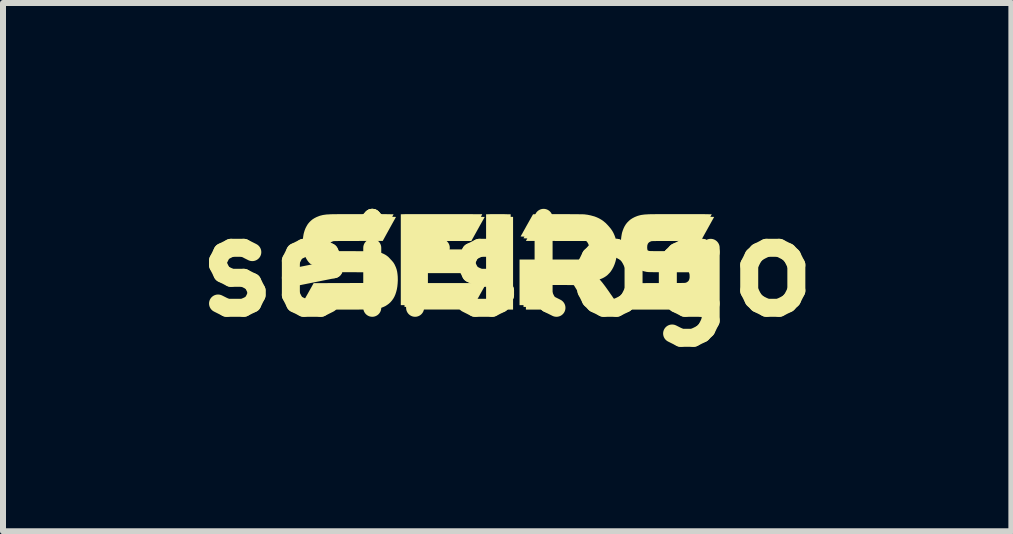
<source format=kicad_pcb>
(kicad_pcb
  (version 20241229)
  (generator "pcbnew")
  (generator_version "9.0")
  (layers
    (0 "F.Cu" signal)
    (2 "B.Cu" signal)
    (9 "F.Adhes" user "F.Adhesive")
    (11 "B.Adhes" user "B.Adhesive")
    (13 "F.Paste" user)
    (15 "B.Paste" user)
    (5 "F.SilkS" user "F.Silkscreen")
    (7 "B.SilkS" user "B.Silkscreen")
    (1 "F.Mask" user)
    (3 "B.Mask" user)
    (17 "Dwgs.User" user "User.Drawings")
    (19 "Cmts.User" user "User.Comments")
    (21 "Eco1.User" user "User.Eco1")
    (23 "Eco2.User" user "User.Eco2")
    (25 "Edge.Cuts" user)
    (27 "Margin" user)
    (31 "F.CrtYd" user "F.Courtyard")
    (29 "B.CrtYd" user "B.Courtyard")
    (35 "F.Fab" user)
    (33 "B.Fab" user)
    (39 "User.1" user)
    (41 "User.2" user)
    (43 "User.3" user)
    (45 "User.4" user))
  (footprint "seirslogo"
    (layer "F.Cu")
    (at 5.407 1.404)
    (property "Reference" "seirslogo" (at 0 0 0) (layer "F.SilkS") (effects (font (size 1.5 1.5) (thickness 0.3))))
    (attr board_only exclude_from_pos_files exclude_from_bom)
    (fp_poly (pts (xy -0.139 -0.884) (xy -0.107 -0.883) (xy -0.074 -0.883) (xy -0.042 -0.883) (xy -0.018 -0.882) (xy 0.058 -0.881) (xy 0.058 -0.859) (xy 0.058 -0.838) (xy 0.078 -0.838) (xy 0.098 -0.838) (xy 0.098 -0.065) (xy 0.098 0.708) (xy -0.075 0.708) (xy -0.248 0.708) (xy -0.248 0.686) (xy -0.248 0.664) (xy -0.268 0.664) (xy -0.288 0.664) (xy -0.288 0.649) (xy -0.288 0.634) (xy -0.32 0.634) (xy -0.352 0.634) (xy -0.352 -0.124) (xy -0.352 -0.881) (xy -0.304 -0.882) (xy -0.283 -0.883) (xy -0.258 -0.883) (xy -0.231 -0.884) (xy -0.202 -0.884) (xy -0.171 -0.884)) (stroke (width 0) (type solid)) (fill yes) (layer "F.SilkS"))
    (fp_poly (pts (xy -1.305 -0.884) (xy -1.263 -0.884) (xy -1.22 -0.884) (xy -1.177 -0.884) (xy -1.133 -0.884) (xy -1.089 -0.884) (xy -1.045 -0.883) (xy -1.001 -0.883) (xy -0.957 -0.883) (xy -0.914 -0.883) (xy -0.871 -0.883) (xy -0.829 -0.883) (xy -0.788 -0.883) (xy -0.749 -0.883) (xy -0.71 -0.883) (xy -0.673 -0.883) (xy -0.638 -0.883) (xy -0.605 -0.883) (xy -0.574 -0.883) (xy -0.545 -0.882) (xy -0.519 -0.882) (xy -0.495 -0.882) (xy -0.474 -0.882) (xy -0.456 -0.882) (xy -0.441 -0.882) (xy -0.43 -0.882) (xy -0.422 -0.882) (xy -0.417 -0.881) (xy -0.417 -0.881) (xy -0.417 -0.879) (xy -0.419 -0.874) (xy -0.423 -0.867) (xy -0.427 -0.86) (xy -0.431 -0.852) (xy -0.435 -0.845) (xy -0.437 -0.841) (xy -0.438 -0.839) (xy -0.436 -0.839) (xy -0.431 -0.838) (xy -0.423 -0.838) (xy -0.413 -0.838) (xy -0.406 -0.837) (xy -0.374 -0.837) (xy -0.384 -0.82) (xy -0.386 -0.816) (xy -0.39 -0.808) (xy -0.396 -0.798) (xy -0.403 -0.785) (xy -0.412 -0.77) (xy -0.422 -0.752) (xy -0.433 -0.732) (xy -0.445 -0.711) (xy -0.458 -0.688) (xy -0.471 -0.664) (xy -0.485 -0.639) (xy -0.496 -0.619) (xy -0.598 -0.436) (xy -0.96 -0.436) (xy -1.322 -0.436) (xy -1.322 -0.366) (xy -1.322 -0.296) (xy -0.9 -0.296) (xy -0.853 -0.296) (xy -0.808 -0.296) (xy -0.765 -0.296) (xy -0.725 -0.296) (xy -0.688 -0.296) (xy -0.653 -0.296) (xy -0.621 -0.296) (xy -0.592 -0.295) (xy -0.565 -0.295) (xy -0.542 -0.295) (xy -0.523 -0.295) (xy -0.506 -0.295) (xy -0.494 -0.295) (xy -0.485 -0.294) (xy -0.479 -0.294) (xy -0.478 -0.294) (xy -0.479 -0.292) (xy -0.481 -0.287) (xy -0.485 -0.28) (xy -0.489 -0.273) (xy -0.493 -0.265) (xy -0.497 -0.259) (xy -0.499 -0.254) (xy -0.5 -0.253) (xy -0.498 -0.252) (xy -0.493 -0.252) (xy -0.485 -0.252) (xy -0.475 -0.252) (xy -0.468 -0.251) (xy -0.436 -0.251) (xy -0.536 -0.076) (xy -0.635 0.1) (xy -0.978 0.1) (xy -1.322 0.1) (xy -1.322 0.183) (xy -1.322 0.266) (xy -0.867 0.266) (xy -0.824 0.266) (xy -0.783 0.266) (xy -0.743 0.266) (xy -0.704 0.266) (xy -0.667 0.266) (xy -0.632 0.266) (xy -0.599 0.266) (xy -0.568 0.266) (xy -0.539 0.266) (xy -0.513 0.266) (xy -0.489 0.266) (xy -0.468 0.266) (xy -0.45 0.267) (xy -0.435 0.267) (xy -0.424 0.267) (xy -0.416 0.267) (xy -0.412 0.267) (xy -0.412 0.267) (xy -0.413 0.269) (xy -0.415 0.274) (xy -0.419 0.281) (xy -0.423 0.288) (xy -0.427 0.296) (xy -0.431 0.302) (xy -0.433 0.307) (xy -0.434 0.309) (xy -0.432 0.309) (xy -0.427 0.309) (xy -0.419 0.31) (xy -0.409 0.31) (xy -0.403 0.31) (xy -0.391 0.31) (xy -0.383 0.31) (xy -0.377 0.31) (xy -0.374 0.311) (xy -0.373 0.312) (xy -0.373 0.313) (xy -0.373 0.313) (xy -0.374 0.316) (xy -0.377 0.322) (xy -0.382 0.33) (xy -0.387 0.339) (xy -0.393 0.35) (xy -0.394 0.352) (xy -0.398 0.359) (xy -0.404 0.369) (xy -0.411 0.382) (xy -0.42 0.398) (xy -0.43 0.415) (xy -0.441 0.435) (xy -0.453 0.456) (xy -0.465 0.479) (xy -0.478 0.502) (xy -0.492 0.526) (xy -0.503 0.547) (xy -0.593 0.707) (xy -1.131 0.707) (xy -1.67 0.708) (xy -1.67 0.686) (xy -1.67 0.664) (xy -1.691 0.664) (xy -1.712 0.664) (xy -1.712 0.649) (xy -1.712 0.634) (xy -1.743 0.634) (xy -1.774 0.634) (xy -1.774 -0.124) (xy -1.774 -0.881) (xy -1.709 -0.883) (xy -1.701 -0.883) (xy -1.69 -0.883) (xy -1.676 -0.883) (xy -1.658 -0.883) (xy -1.637 -0.883) (xy -1.614 -0.883) (xy -1.588 -0.883) (xy -1.559 -0.883) (xy -1.528 -0.884) (xy -1.495 -0.884) (xy -1.46 -0.884) (xy -1.423 -0.884) (xy -1.385 -0.884) (xy -1.345 -0.884)) (stroke (width 0) (type solid)) (fill yes) (layer "F.SilkS"))
    (fp_poly (pts (xy 0.734 -0.884) (xy 0.767 -0.884) (xy 0.801 -0.884) (xy 0.836 -0.883) (xy 0.872 -0.883) (xy 0.907 -0.883) (xy 0.942 -0.883) (xy 0.977 -0.883) (xy 1.011 -0.883) (xy 1.045 -0.883) (xy 1.077 -0.882) (xy 1.107 -0.882) (xy 1.137 -0.882) (xy 1.164 -0.882) (xy 1.189 -0.882) (xy 1.212 -0.881) (xy 1.232 -0.881) (xy 1.249 -0.881) (xy 1.264 -0.881) (xy 1.275 -0.88) (xy 1.282 -0.88) (xy 1.285 -0.88) (xy 1.34 -0.873) (xy 1.393 -0.862) (xy 1.444 -0.848) (xy 1.45 -0.847) (xy 1.492 -0.831) (xy 1.531 -0.813) (xy 1.568 -0.792) (xy 1.603 -0.768) (xy 1.634 -0.742) (xy 1.645 -0.733) (xy 1.654 -0.723) (xy 1.665 -0.712) (xy 1.677 -0.699) (xy 1.689 -0.686) (xy 1.701 -0.672) (xy 1.712 -0.659) (xy 1.721 -0.648) (xy 1.729 -0.639) (xy 1.729 -0.638) (xy 1.752 -0.605) (xy 1.772 -0.569) (xy 1.789 -0.531) (xy 1.804 -0.49) (xy 1.815 -0.446) (xy 1.824 -0.4) (xy 1.827 -0.378) (xy 1.828 -0.36) (xy 1.83 -0.339) (xy 1.831 -0.317) (xy 1.831 -0.294) (xy 1.831 -0.271) (xy 1.831 -0.251) (xy 1.83 -0.233) (xy 1.83 -0.232) (xy 1.824 -0.181) (xy 1.816 -0.133) (xy 1.804 -0.087) (xy 1.789 -0.043) (xy 1.772 -0.003) (xy 1.751 0.036) (xy 1.728 0.071) (xy 1.722 0.079) (xy 1.714 0.089) (xy 1.704 0.1) (xy 1.692 0.112) (xy 1.681 0.123) (xy 1.67 0.134) (xy 1.663 0.14) (xy 1.638 0.158) (xy 1.612 0.174) (xy 1.584 0.188) (xy 1.556 0.199) (xy 1.556 0.199) (xy 1.54 0.204) (xy 1.551 0.216) (xy 1.561 0.228) (xy 1.572 0.241) (xy 1.584 0.255) (xy 1.597 0.272) (xy 1.611 0.29) (xy 1.626 0.31) (xy 1.643 0.333) (xy 1.661 0.358) (xy 1.681 0.386) (xy 1.702 0.416) (xy 1.725 0.45) (xy 1.751 0.486) (xy 1.756 0.495) (xy 1.776 0.524) (xy 1.795 0.552) (xy 1.813 0.578) (xy 1.829 0.601) (xy 1.844 0.623) (xy 1.858 0.643) (xy 1.869 0.66) (xy 1.879 0.675) (xy 1.888 0.687) (xy 1.894 0.696) (xy 1.898 0.702) (xy 1.9 0.705) (xy 1.9 0.705) (xy 1.9 0.706) (xy 1.898 0.706) (xy 1.894 0.706) (xy 1.888 0.707) (xy 1.88 0.707) (xy 1.87 0.707) (xy 1.858 0.707) (xy 1.843 0.707) (xy 1.825 0.708) (xy 1.803 0.708) (xy 1.779 0.708) (xy 1.752 0.708) (xy 1.72 0.708) (xy 1.685 0.708) (xy 1.67 0.708) (xy 1.439 0.708) (xy 1.426 0.686) (xy 1.42 0.677) (xy 1.416 0.671) (xy 1.413 0.667) (xy 1.41 0.665) (xy 1.408 0.664) (xy 1.405 0.664) (xy 1.401 0.663) (xy 1.398 0.661) (xy 1.395 0.658) (xy 1.391 0.652) (xy 1.389 0.649) (xy 1.38 0.635) (xy 1.347 0.634) (xy 1.314 0.633) (xy 1.213 0.467) (xy 1.112 0.301) (xy 1.1 0.3) (xy 1.097 0.299) (xy 1.089 0.299) (xy 1.079 0.299) (xy 1.065 0.299) (xy 1.048 0.299) (xy 1.029 0.299) (xy 1.007 0.299) (xy 0.983 0.298) (xy 0.958 0.298) (xy 0.931 0.298) (xy 0.902 0.298) (xy 0.873 0.298) (xy 0.658 0.298) (xy 0.658 0.503) (xy 0.658 0.708) (xy 0.485 0.708) (xy 0.312 0.708) (xy 0.312 0.686) (xy 0.312 0.664) (xy 0.292 0.664) (xy 0.272 0.664) (xy 0.272 0.649) (xy 0.272 0.634) (xy 0.239 0.634) (xy 0.206 0.634) (xy 0.206 0.254) (xy 0.206 -0.126) (xy 0.71 -0.126) (xy 1.215 -0.127) (xy 1.231 -0.132) (xy 1.253 -0.138) (xy 1.272 -0.146) (xy 1.289 -0.155) (xy 1.304 -0.166) (xy 1.319 -0.179) (xy 1.322 -0.182) (xy 1.33 -0.19) (xy 1.336 -0.197) (xy 1.341 -0.204) (xy 1.345 -0.211) (xy 1.35 -0.219) (xy 1.351 -0.222) (xy 1.358 -0.238) (xy 1.363 -0.251) (xy 1.366 -0.265) (xy 1.368 -0.28) (xy 1.369 -0.292) (xy 1.369 -0.318) (xy 1.366 -0.344) (xy 1.36 -0.367) (xy 1.351 -0.389) (xy 1.34 -0.409) (xy 1.329 -0.423) (xy 1.318 -0.435) (xy 0.815 -0.436) (xy 0.312 -0.437) (xy 0.324 -0.458) (xy 0.336 -0.479) (xy 0.304 -0.479) (xy 0.293 -0.48) (xy 0.284 -0.48) (xy 0.277 -0.48) (xy 0.273 -0.481) (xy 0.272 -0.481) (xy 0.273 -0.483) (xy 0.275 -0.487) (xy 0.279 -0.494) (xy 0.28 -0.495) (xy 0.288 -0.509) (xy 0.256 -0.509) (xy 0.242 -0.51) (xy 0.233 -0.51) (xy 0.227 -0.511) (xy 0.224 -0.512) (xy 0.224 -0.512) (xy 0.225 -0.514) (xy 0.228 -0.519) (xy 0.233 -0.528) (xy 0.239 -0.539) (xy 0.247 -0.552) (xy 0.256 -0.568) (xy 0.266 -0.587) (xy 0.277 -0.606) (xy 0.289 -0.628) (xy 0.302 -0.651) (xy 0.315 -0.675) (xy 0.328 -0.698) (xy 0.431 -0.881) (xy 0.499 -0.883) (xy 0.511 -0.883) (xy 0.525 -0.883) (xy 0.543 -0.883) (xy 0.564 -0.883) (xy 0.587 -0.883) (xy 0.613 -0.884) (xy 0.641 -0.884) (xy 0.67 -0.884) (xy 0.701 -0.884)) (stroke (width 0) (type solid)) (fill yes) (layer "F.SilkS"))
    (fp_poly (pts (xy -2.371 -0.883) (xy -2.331 -0.883) (xy -2.292 -0.883) (xy -2.254 -0.883) (xy -2.216 -0.883) (xy -2.181 -0.883) (xy -2.147 -0.883) (xy -2.114 -0.883) (xy -2.084 -0.883) (xy -2.057 -0.883) (xy -2.031 -0.883) (xy -2.009 -0.883) (xy -1.99 -0.882) (xy -1.974 -0.882) (xy -1.962 -0.882) (xy -1.96 -0.882) (xy -1.894 -0.881) (xy -1.906 -0.86) (xy -1.917 -0.839) (xy -1.886 -0.838) (xy -1.854 -0.837) (xy -1.965 -0.637) (xy -2.075 -0.437) (xy -2.483 -0.436) (xy -2.53 -0.436) (xy -2.574 -0.436) (xy -2.614 -0.436) (xy -2.651 -0.435) (xy -2.684 -0.435) (xy -2.714 -0.435) (xy -2.742 -0.435) (xy -2.766 -0.435) (xy -2.787 -0.435) (xy -2.807 -0.435) (xy -2.823 -0.435) (xy -2.838 -0.434) (xy -2.85 -0.434) (xy -2.861 -0.434) (xy -2.87 -0.434) (xy -2.878 -0.434) (xy -2.884 -0.433) (xy -2.889 -0.433) (xy -2.893 -0.433) (xy -2.896 -0.433) (xy -2.899 -0.432) (xy -2.901 -0.432) (xy -2.902 -0.431) (xy -2.902 -0.431) (xy -2.921 -0.424) (xy -2.936 -0.415) (xy -2.949 -0.404) (xy -2.958 -0.391) (xy -2.965 -0.374) (xy -2.968 -0.366) (xy -2.969 -0.356) (xy -2.97 -0.343) (xy -2.97 -0.33) (xy -2.97 -0.316) (xy -2.969 -0.303) (xy -2.967 -0.293) (xy -2.966 -0.291) (xy -2.965 -0.286) (xy -2.964 -0.282) (xy -2.962 -0.28) (xy -2.96 -0.278) (xy -2.955 -0.276) (xy -2.948 -0.273) (xy -2.939 -0.27) (xy -2.936 -0.27) (xy -2.934 -0.269) (xy -2.931 -0.269) (xy -2.926 -0.269) (xy -2.919 -0.268) (xy -2.91 -0.268) (xy -2.899 -0.268) (xy -2.886 -0.268) (xy -2.87 -0.267) (xy -2.851 -0.267) (xy -2.83 -0.267) (xy -2.806 -0.267) (xy -2.779 -0.267) (xy -2.749 -0.267) (xy -2.715 -0.266) (xy -2.678 -0.266) (xy -2.637 -0.266) (xy -2.592 -0.266) (xy -2.575 -0.266) (xy -2.528 -0.266) (xy -2.484 -0.265) (xy -2.443 -0.265) (xy -2.407 -0.265) (xy -2.374 -0.265) (xy -2.344 -0.265) (xy -2.318 -0.265) (xy -2.294 -0.264) (xy -2.274 -0.264) (xy -2.256 -0.264) (xy -2.241 -0.264) (xy -2.229 -0.263) (xy -2.22 -0.263) (xy -2.212 -0.263) (xy -2.207 -0.262) (xy -2.204 -0.262) (xy -2.189 -0.26) (xy -2.171 -0.256) (xy -2.152 -0.252) (xy -2.134 -0.247) (xy -2.116 -0.243) (xy -2.102 -0.238) (xy -2.1 -0.238) (xy -2.067 -0.224) (xy -2.035 -0.208) (xy -2.006 -0.189) (xy -1.98 -0.168) (xy -1.96 -0.147) (xy -1.954 -0.141) (xy -1.947 -0.133) (xy -1.939 -0.124) (xy -1.93 -0.115) (xy -1.93 -0.115) (xy -1.916 -0.099) (xy -1.905 -0.086) (xy -1.895 -0.073) (xy -1.887 -0.06) (xy -1.878 -0.045) (xy -1.871 -0.03) (xy -1.856 0.003) (xy -1.844 0.038) (xy -1.835 0.075) (xy -1.829 0.116) (xy -1.825 0.159) (xy -1.824 0.205) (xy -1.824 0.226) (xy -1.827 0.278) (xy -1.832 0.326) (xy -1.84 0.372) (xy -1.851 0.414) (xy -1.864 0.454) (xy -1.88 0.491) (xy -1.899 0.525) (xy -1.921 0.556) (xy -1.945 0.584) (xy -1.972 0.609) (xy -2.002 0.631) (xy -2.034 0.651) (xy -2.07 0.667) (xy -2.108 0.681) (xy -2.149 0.692) (xy -2.192 0.7) (xy -2.239 0.705) (xy -2.244 0.706) (xy -2.25 0.706) (xy -2.259 0.706) (xy -2.273 0.706) (xy -2.29 0.707) (xy -2.311 0.707) (xy -2.336 0.707) (xy -2.365 0.707) (xy -2.398 0.707) (xy -2.434 0.707) (xy -2.475 0.708) (xy -2.519 0.708) (xy -2.567 0.708) (xy -2.618 0.708) (xy -2.673 0.708) (xy -2.732 0.708) (xy -2.795 0.708) (xy -2.809 0.708) (xy -3.346 0.708) (xy -3.341 0.699) (xy -3.337 0.693) (xy -3.333 0.685) (xy -3.328 0.677) (xy -3.321 0.664) (xy -3.353 0.664) (xy -3.364 0.664) (xy -3.373 0.664) (xy -3.38 0.663) (xy -3.384 0.663) (xy -3.385 0.663) (xy -3.384 0.661) (xy -3.382 0.656) (xy -3.378 0.65) (xy -3.377 0.649) (xy -3.37 0.635) (xy -3.4 0.634) (xy -3.411 0.634) (xy -3.42 0.634) (xy -3.427 0.633) (xy -3.431 0.633) (xy -3.431 0.632) (xy -3.43 0.63) (xy -3.427 0.625) (xy -3.423 0.617) (xy -3.417 0.606) (xy -3.409 0.593) (xy -3.401 0.577) (xy -3.391 0.559) (xy -3.379 0.539) (xy -3.367 0.517) (xy -3.355 0.494) (xy -3.341 0.47) (xy -3.329 0.449) (xy -3.227 0.267) (xy -2.785 0.266) (xy -2.735 0.266) (xy -2.689 0.266) (xy -2.647 0.266) (xy -2.609 0.265) (xy -2.573 0.265) (xy -2.541 0.265) (xy -2.512 0.265) (xy -2.486 0.265) (xy -2.463 0.265) (xy -2.442 0.265) (xy -2.424 0.265) (xy -2.407 0.265) (xy -2.393 0.264) (xy -2.381 0.264) (xy -2.371 0.264) (xy -2.362 0.264) (xy -2.355 0.264) (xy -2.349 0.263) (xy -2.344 0.263) (xy -2.34 0.263) (xy -2.337 0.262) (xy -2.335 0.262) (xy -2.333 0.262) (xy -2.331 0.261) (xy -2.331 0.261) (xy -2.312 0.254) (xy -2.296 0.244) (xy -2.284 0.232) (xy -2.274 0.217) (xy -2.267 0.199) (xy -2.265 0.191) (xy -2.264 0.182) (xy -2.263 0.171) (xy -2.263 0.158) (xy -2.263 0.145) (xy -2.263 0.133) (xy -2.264 0.122) (xy -2.265 0.116) (xy -2.268 0.108) (xy -2.271 0.099) (xy -2.272 0.096) (xy -2.276 0.086) (xy -2.609 0.085) (xy -2.652 0.085) (xy -2.692 0.085) (xy -2.728 0.085) (xy -2.761 0.085) (xy -2.79 0.085) (xy -2.816 0.085) (xy -2.84 0.085) (xy -2.861 0.085) (xy -2.879 0.084) (xy -2.896 0.084) (xy -2.91 0.084) (xy -2.923 0.084) (xy -2.934 0.083) (xy -2.943 0.083) (xy -2.952 0.082) (xy -2.959 0.082) (xy -2.966 0.081) (xy -2.972 0.08) (xy -2.977 0.08) (xy -2.983 0.079) (xy -2.988 0.078) (xy -2.994 0.076) (xy -3 0.075) (xy -3.005 0.074) (xy -3.034 0.067) (xy -3.063 0.057) (xy -3.092 0.045) (xy -3.119 0.031) (xy -3.144 0.017) (xy -3.155 0.009) (xy -3.165 0.001) (xy -3.173 -0.004) (xy -3.181 -0.008) (xy -3.189 -0.011) (xy -3.197 -0.014) (xy -3.211 -0.019) (xy -3.226 -0.025) (xy -3.241 -0.032) (xy -3.255 -0.04) (xy -3.268 -0.047) (xy -3.279 -0.053) (xy -3.281 -0.055) (xy -3.294 -0.066) (xy -3.309 -0.082) (xy -3.323 -0.099) (xy -3.337 -0.12) (xy -3.35 -0.141) (xy -3.362 -0.164) (xy -3.372 -0.187) (xy -3.376 -0.197) (xy -3.387 -0.231) (xy -3.396 -0.268) (xy -3.403 -0.307) (xy -3.407 -0.347) (xy -3.409 -0.389) (xy -3.409 -0.43) (xy -3.406 -0.472) (xy -3.401 -0.513) (xy -3.394 -0.553) (xy -3.389 -0.573) (xy -3.377 -0.613) (xy -3.362 -0.651) (xy -3.344 -0.685) (xy -3.324 -0.718) (xy -3.3 -0.747) (xy -3.274 -0.773) (xy -3.245 -0.797) (xy -3.213 -0.817) (xy -3.178 -0.835) (xy -3.14 -0.85) (xy -3.133 -0.853) (xy -3.113 -0.859) (xy -3.093 -0.864) (xy -3.073 -0.869) (xy -3.053 -0.872) (xy -3.031 -0.875) (xy -3.007 -0.878) (xy -2.98 -0.879) (xy -2.951 -0.881) (xy -2.919 -0.882) (xy -2.91 -0.882) (xy -2.896 -0.882) (xy -2.879 -0.882) (xy -2.859 -0.882) (xy -2.836 -0.883) (xy -2.81 -0.883) (xy -2.781 -0.883) (xy -2.751 -0.883) (xy -2.718 -0.883) (xy -2.683 -0.883) (xy -2.647 -0.883) (xy -2.609 -0.883) (xy -2.571 -0.883) (xy -2.532 -0.883) (xy -2.492 -0.883) (xy -2.451 -0.883) (xy -2.411 -0.883)) (stroke (width 0) (type solid)) (fill yes) (layer "F.SilkS"))
    (fp_poly (pts (xy 2.934 -0.883) (xy 2.974 -0.883) (xy 3.013 -0.883) (xy 3.051 -0.883) (xy 3.088 -0.883) (xy 3.124 -0.883) (xy 3.158 -0.883) (xy 3.19 -0.883) (xy 3.22 -0.883) (xy 3.248 -0.883) (xy 3.273 -0.883) (xy 3.296 -0.883) (xy 3.315 -0.882) (xy 3.331 -0.882) (xy 3.343 -0.882) (xy 3.344 -0.882) (xy 3.411 -0.881) (xy 3.399 -0.86) (xy 3.387 -0.839) (xy 3.419 -0.838) (xy 3.451 -0.837) (xy 3.34 -0.637) (xy 3.229 -0.437) (xy 2.822 -0.436) (xy 2.774 -0.436) (xy 2.73 -0.436) (xy 2.69 -0.436) (xy 2.654 -0.435) (xy 2.62 -0.435) (xy 2.59 -0.435) (xy 2.563 -0.435) (xy 2.539 -0.435) (xy 2.517 -0.435) (xy 2.498 -0.435) (xy 2.481 -0.435) (xy 2.467 -0.434) (xy 2.454 -0.434) (xy 2.444 -0.434) (xy 2.435 -0.434) (xy 2.427 -0.434) (xy 2.421 -0.433) (xy 2.416 -0.433) (xy 2.412 -0.433) (xy 2.409 -0.433) (xy 2.406 -0.432) (xy 2.404 -0.432) (xy 2.403 -0.431) (xy 2.402 -0.431) (xy 2.384 -0.424) (xy 2.368 -0.415) (xy 2.356 -0.404) (xy 2.346 -0.391) (xy 2.34 -0.374) (xy 2.337 -0.366) (xy 2.336 -0.356) (xy 2.335 -0.343) (xy 2.334 -0.33) (xy 2.335 -0.316) (xy 2.336 -0.303) (xy 2.338 -0.293) (xy 2.338 -0.291) (xy 2.34 -0.286) (xy 2.341 -0.282) (xy 2.342 -0.28) (xy 2.345 -0.278) (xy 2.35 -0.276) (xy 2.356 -0.273) (xy 2.366 -0.27) (xy 2.368 -0.27) (xy 2.37 -0.269) (xy 2.374 -0.269) (xy 2.379 -0.269) (xy 2.386 -0.268) (xy 2.395 -0.268) (xy 2.406 -0.268) (xy 2.419 -0.268) (xy 2.435 -0.267) (xy 2.453 -0.267) (xy 2.474 -0.267) (xy 2.499 -0.267) (xy 2.526 -0.267) (xy 2.556 -0.267) (xy 2.59 -0.266) (xy 2.627 -0.266) (xy 2.668 -0.266) (xy 2.712 -0.266) (xy 2.729 -0.266) (xy 2.777 -0.266) (xy 2.821 -0.265) (xy 2.861 -0.265) (xy 2.898 -0.265) (xy 2.931 -0.265) (xy 2.961 -0.265) (xy 2.987 -0.265) (xy 3.011 -0.264) (xy 3.031 -0.264) (xy 3.048 -0.264) (xy 3.063 -0.264) (xy 3.075 -0.263) (xy 3.085 -0.263) (xy 3.093 -0.263) (xy 3.098 -0.262) (xy 3.1 -0.262) (xy 3.116 -0.26) (xy 3.134 -0.256) (xy 3.153 -0.252) (xy 3.171 -0.247) (xy 3.188 -0.243) (xy 3.203 -0.238) (xy 3.205 -0.238) (xy 3.238 -0.224) (xy 3.27 -0.208) (xy 3.298 -0.189) (xy 3.325 -0.168) (xy 3.345 -0.147) (xy 3.351 -0.141) (xy 3.358 -0.133) (xy 3.366 -0.124) (xy 3.374 -0.115) (xy 3.375 -0.115) (xy 3.388 -0.099) (xy 3.4 -0.086) (xy 3.409 -0.073) (xy 3.418 -0.06) (xy 3.426 -0.045) (xy 3.434 -0.03) (xy 3.449 0.003) (xy 3.46 0.038) (xy 3.469 0.075) (xy 3.476 0.116) (xy 3.48 0.159) (xy 3.481 0.205) (xy 3.481 0.226) (xy 3.478 0.278) (xy 3.473 0.326) (xy 3.465 0.372) (xy 3.454 0.414) (xy 3.44 0.454) (xy 3.424 0.491) (xy 3.406 0.525) (xy 3.384 0.556) (xy 3.36 0.584) (xy 3.333 0.609) (xy 3.303 0.631) (xy 3.27 0.651) (xy 3.235 0.667) (xy 3.197 0.681) (xy 3.156 0.692) (xy 3.112 0.7) (xy 3.066 0.705) (xy 3.06 0.706) (xy 3.055 0.706) (xy 3.046 0.706) (xy 3.032 0.706) (xy 3.015 0.707) (xy 2.994 0.707) (xy 2.969 0.707) (xy 2.94 0.707) (xy 2.907 0.707) (xy 2.871 0.707) (xy 2.83 0.708) (xy 2.786 0.708) (xy 2.738 0.708) (xy 2.687 0.708) (xy 2.631 0.708) (xy 2.572 0.708) (xy 2.51 0.708) (xy 2.496 0.708) (xy 1.959 0.708) (xy 1.964 0.699) (xy 1.968 0.693) (xy 1.972 0.685) (xy 1.976 0.677) (xy 1.984 0.664) (xy 1.952 0.664) (xy 1.941 0.664) (xy 1.932 0.664) (xy 1.925 0.663) (xy 1.92 0.663) (xy 1.92 0.663) (xy 1.92 0.661) (xy 1.923 0.656) (xy 1.926 0.65) (xy 1.927 0.649) (xy 1.935 0.635) (xy 1.904 0.634) (xy 1.894 0.634) (xy 1.885 0.634) (xy 1.878 0.633) (xy 1.874 0.633) (xy 1.874 0.632) (xy 1.875 0.63) (xy 1.877 0.625) (xy 1.882 0.617) (xy 1.888 0.606) (xy 1.895 0.593) (xy 1.904 0.577) (xy 1.914 0.559) (xy 1.925 0.539) (xy 1.937 0.517) (xy 1.95 0.494) (xy 1.964 0.47) (xy 1.975 0.449) (xy 2.077 0.267) (xy 2.52 0.266) (xy 2.569 0.266) (xy 2.615 0.266) (xy 2.657 0.266) (xy 2.696 0.265) (xy 2.731 0.265) (xy 2.763 0.265) (xy 2.792 0.265) (xy 2.819 0.265) (xy 2.842 0.265) (xy 2.863 0.265) (xy 2.881 0.265) (xy 2.897 0.265) (xy 2.911 0.264) (xy 2.924 0.264) (xy 2.934 0.264) (xy 2.943 0.264) (xy 2.95 0.264) (xy 2.956 0.263) (xy 2.961 0.263) (xy 2.965 0.263) (xy 2.968 0.262) (xy 2.97 0.262) (xy 2.972 0.262) (xy 2.974 0.261) (xy 2.974 0.261) (xy 2.993 0.254) (xy 3.008 0.244) (xy 3.021 0.232) (xy 3.031 0.217) (xy 3.037 0.199) (xy 3.039 0.191) (xy 3.041 0.182) (xy 3.042 0.171) (xy 3.042 0.158) (xy 3.042 0.145) (xy 3.041 0.133) (xy 3.041 0.122) (xy 3.039 0.116) (xy 3.037 0.108) (xy 3.034 0.099) (xy 3.033 0.096) (xy 3.029 0.086) (xy 2.696 0.085) (xy 2.652 0.085) (xy 2.613 0.085) (xy 2.577 0.085) (xy 2.544 0.085) (xy 2.515 0.085) (xy 2.488 0.085) (xy 2.465 0.085) (xy 2.444 0.085) (xy 2.425 0.084) (xy 2.409 0.084) (xy 2.395 0.084) (xy 2.382 0.084) (xy 2.371 0.083) (xy 2.362 0.083) (xy 2.353 0.082) (xy 2.346 0.082) (xy 2.339 0.081) (xy 2.333 0.08) (xy 2.328 0.08) (xy 2.322 0.079) (xy 2.317 0.078) (xy 2.311 0.076) (xy 2.305 0.075) (xy 2.299 0.074) (xy 2.271 0.067) (xy 2.242 0.057) (xy 2.213 0.045) (xy 2.186 0.031) (xy 2.161 0.017) (xy 2.149 0.009) (xy 2.14 0.001) (xy 2.132 -0.004) (xy 2.124 -0.008) (xy 2.116 -0.011) (xy 2.108 -0.014) (xy 2.094 -0.019) (xy 2.079 -0.025) (xy 2.064 -0.032) (xy 2.049 -0.04) (xy 2.036 -0.047) (xy 2.026 -0.053) (xy 2.024 -0.055) (xy 2.01 -0.066) (xy 1.996 -0.082) (xy 1.982 -0.099) (xy 1.968 -0.12) (xy 1.955 -0.141) (xy 1.943 -0.164) (xy 1.933 -0.187) (xy 1.929 -0.197) (xy 1.917 -0.231) (xy 1.909 -0.268) (xy 1.902 -0.307) (xy 1.898 -0.347) (xy 1.896 -0.389) (xy 1.896 -0.43) (xy 1.899 -0.472) (xy 1.904 -0.513) (xy 1.911 -0.553) (xy 1.915 -0.573) (xy 1.928 -0.613) (xy 1.943 -0.651) (xy 1.96 -0.685) (xy 1.981 -0.718) (xy 2.005 -0.747) (xy 2.031 -0.773) (xy 2.06 -0.797) (xy 2.092 -0.817) (xy 2.127 -0.835) (xy 2.164 -0.85) (xy 2.172 -0.853) (xy 2.192 -0.859) (xy 2.211 -0.864) (xy 2.231 -0.869) (xy 2.252 -0.872) (xy 2.274 -0.875) (xy 2.298 -0.878) (xy 2.324 -0.879) (xy 2.354 -0.881) (xy 2.385 -0.882) (xy 2.395 -0.882) (xy 2.408 -0.882) (xy 2.425 -0.882) (xy 2.446 -0.882) (xy 2.469 -0.883) (xy 2.495 -0.883) (xy 2.523 -0.883) (xy 2.554 -0.883) (xy 2.587 -0.883) (xy 2.622 -0.883) (xy 2.658 -0.883) (xy 2.695 -0.883) (xy 2.734 -0.883) (xy 2.773 -0.883) (xy 2.813 -0.883) (xy 2.853 -0.883) (xy 2.894 -0.883)) (stroke (width 0) (type solid)) (fill yes) (layer "F.SilkS")))
  (gr_rect
    (start -3 -3)
    (end 13.814 5.808)
    (stroke (width 0.1) (type default))
    (fill no)
    (layer "Edge.Cuts")))
</source>
